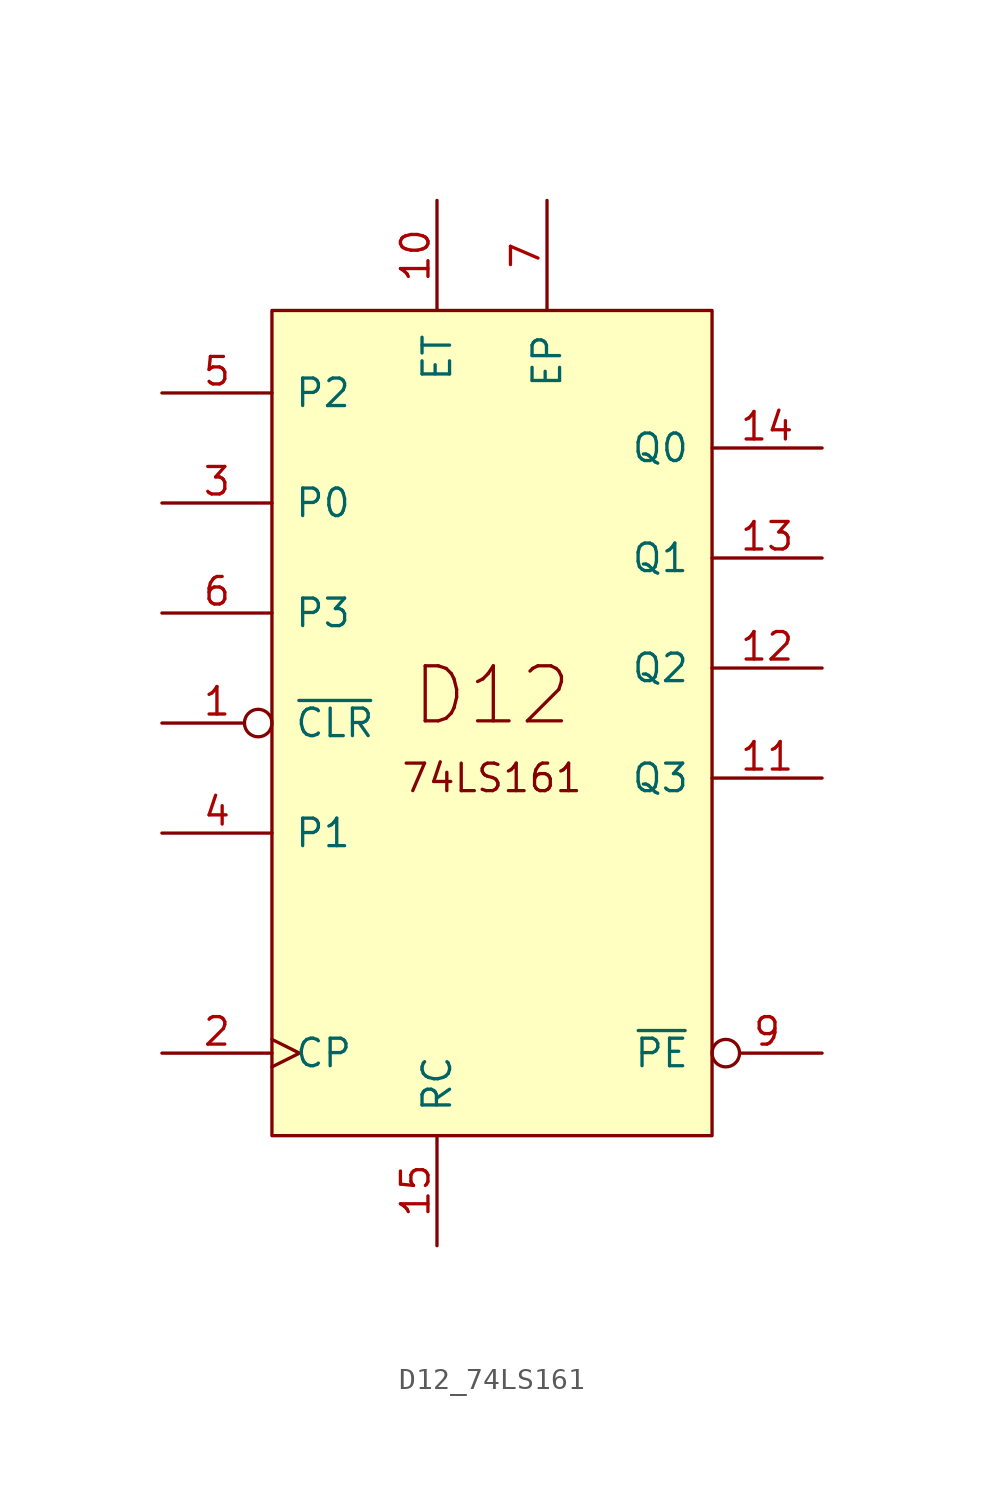
<source format=kicad_sym>
(kicad_symbol_lib
  (version 20211014)
  (generator kicad_symbol_editor)
  (symbol "D12_74LS161"
    (pin_names
      (offset 1.016))
    (property "Reference" "U"
      (at -86.36 50.8 0)
      (effects (font (size 1.27 1.27)) hide))
    (symbol "D12_74LS161_0_0"
      (text "74LS161" (at 10.16 -21.59 0) (effects (font (size 1.27 1.27))))
      (text "D12" (at 10.16 -17.78 0) (effects (font (size 2.54 2.54)))))
    (symbol "D12_74LS161_0_1"
      (rectangle (start 0 0) (end 20.32 -38.1) (stroke (width 0) (type default) (color 0 0 0 0)) (fill (type background))))
    (symbol "D12_74LS161_1_0"
      (pin input inverted (at -5.08 -19.05 0) (length 5.08) (name "~{CLR}" (effects (font (size 1.27 1.27)))) (number "1" (effects (font (size 1.27 1.27)))))
      (pin input line (at 7.62 5.08 270) (length 5.08) (name "ET" (effects (font (size 1.27 1.27)))) (number "10" (effects (font (size 1.27 1.27)))))
      (pin output line (at 25.4 -21.59 180) (length 5.08) (name "Q3" (effects (font (size 1.27 1.27)))) (number "11" (effects (font (size 1.27 1.27)))))
      (pin output line (at 25.4 -16.51 180) (length 5.08) (name "Q2" (effects (font (size 1.27 1.27)))) (number "12" (effects (font (size 1.27 1.27)))))
      (pin output line (at 25.4 -11.43 180) (length 5.08) (name "Q1" (effects (font (size 1.27 1.27)))) (number "13" (effects (font (size 1.27 1.27)))))
      (pin output line (at 25.4 -6.35 180) (length 5.08) (name "Q0" (effects (font (size 1.27 1.27)))) (number "14" (effects (font (size 1.27 1.27)))))
      (pin output line (at 7.62 -43.18 90) (length 5.08) (name "RC" (effects (font (size 1.27 1.27)))) (number "15" (effects (font (size 1.27 1.27)))))
      (pin input clock (at -5.08 -34.29 0) (length 5.08) (name "CP" (effects (font (size 1.27 1.27)))) (number "2" (effects (font (size 1.27 1.27)))))
      (pin input line (at -5.08 -8.89 0) (length 5.08) (name "P0" (effects (font (size 1.27 1.27)))) (number "3" (effects (font (size 1.27 1.27)))))
      (pin input line (at -5.08 -24.13 0) (length 5.08) (name "P1" (effects (font (size 1.27 1.27)))) (number "4" (effects (font (size 1.27 1.27)))))
      (pin input line (at -5.08 -3.81 0) (length 5.08) (name "P2" (effects (font (size 1.27 1.27)))) (number "5" (effects (font (size 1.27 1.27)))))
      (pin input line (at -5.08 -13.97 0) (length 5.08) (name "P3" (effects (font (size 1.27 1.27)))) (number "6" (effects (font (size 1.27 1.27)))))
      (pin input line (at 12.7 5.08 270) (length 5.08) (name "EP" (effects (font (size 1.27 1.27)))) (number "7" (effects (font (size 1.27 1.27)))))
      (pin input inverted (at 25.4 -34.29 180) (length 5.08) (name "~{PE}" (effects (font (size 1.27 1.27)))) (number "9" (effects (font (size 1.27 1.27))))))))
</source>
